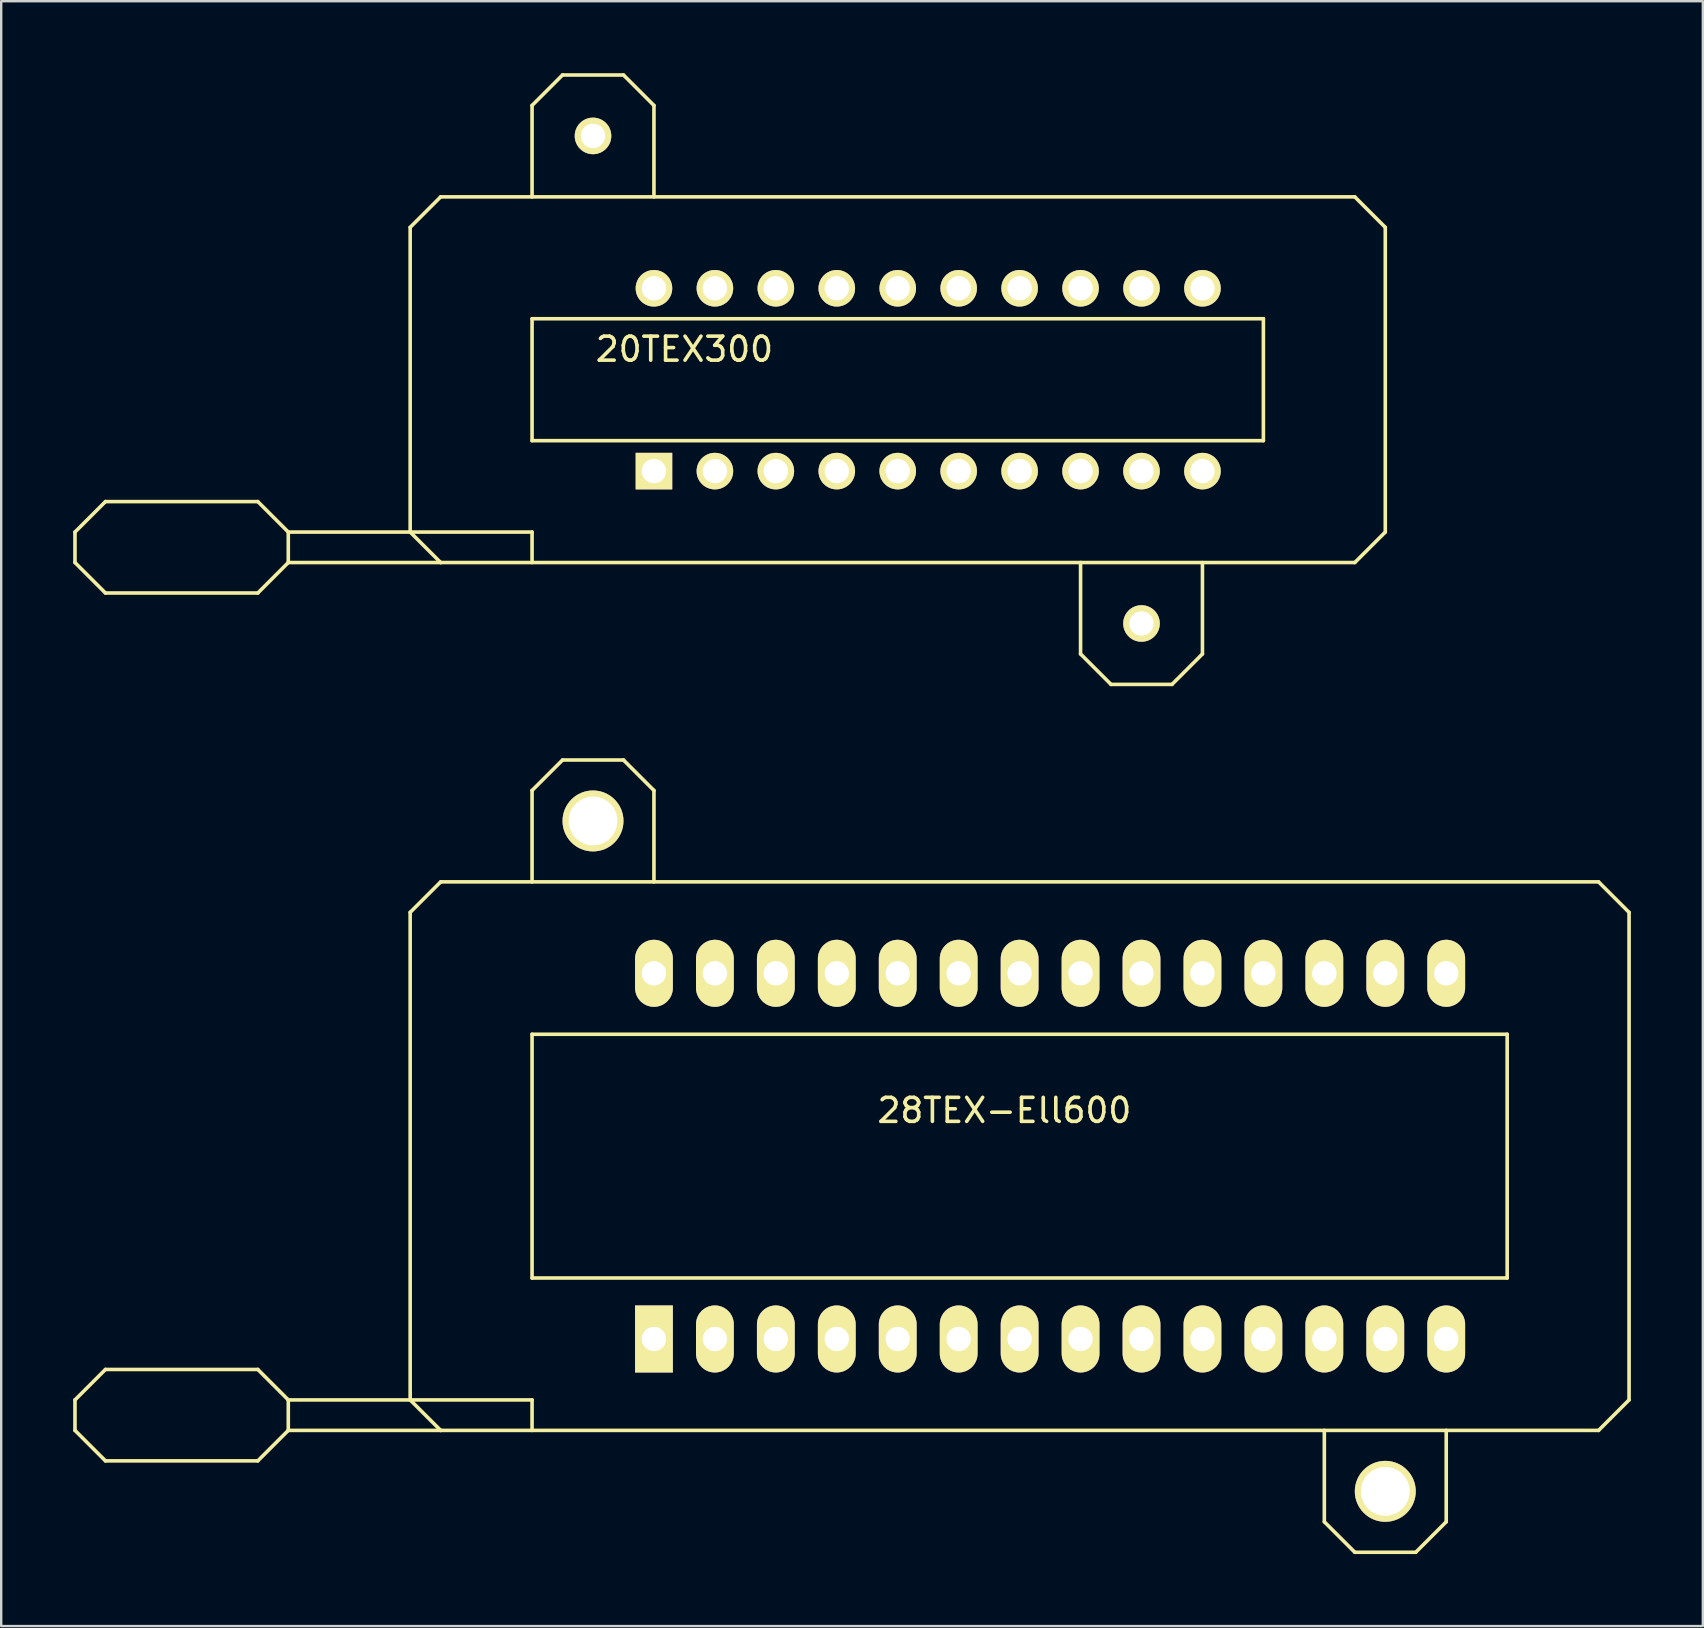
<source format=kicad_pcb>
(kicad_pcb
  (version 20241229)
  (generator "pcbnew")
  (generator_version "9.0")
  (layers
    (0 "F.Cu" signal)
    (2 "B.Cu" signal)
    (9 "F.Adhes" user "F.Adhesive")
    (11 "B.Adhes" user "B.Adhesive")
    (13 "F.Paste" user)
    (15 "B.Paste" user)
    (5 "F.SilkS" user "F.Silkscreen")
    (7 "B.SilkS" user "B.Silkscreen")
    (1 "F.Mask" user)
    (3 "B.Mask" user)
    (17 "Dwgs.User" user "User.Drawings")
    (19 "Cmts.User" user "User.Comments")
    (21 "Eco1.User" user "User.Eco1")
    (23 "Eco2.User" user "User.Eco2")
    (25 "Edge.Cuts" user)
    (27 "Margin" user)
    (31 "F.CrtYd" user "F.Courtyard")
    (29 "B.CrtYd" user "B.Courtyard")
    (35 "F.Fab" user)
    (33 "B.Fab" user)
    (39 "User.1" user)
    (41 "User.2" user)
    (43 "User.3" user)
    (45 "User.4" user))
  (footprint "28TEX-Ell600"
    (layer "F.Cu")
    (at 40.715 45.135)
    (property "Reference" "28TEX-Ell600" (at -1.905 -1.905 0) (layer "F.SilkS") (effects (font (size 1 1) (thickness 0.15))))
    (attr through_hole)
    (fp_line (start -40.64 10.16) (end -40.64 11.43) (stroke (width 0.15) (type solid)) (layer "F.SilkS"))
    (fp_line (start -40.64 11.43) (end -39.37 12.7) (stroke (width 0.15) (type solid)) (layer "F.SilkS"))
    (fp_line (start -39.37 8.89) (end -40.64 10.16) (stroke (width 0.15) (type solid)) (layer "F.SilkS"))
    (fp_line (start -39.37 12.7) (end -33.02 12.7) (stroke (width 0.15) (type solid)) (layer "F.SilkS"))
    (fp_line (start -33.02 8.89) (end -39.37 8.89) (stroke (width 0.15) (type solid)) (layer "F.SilkS"))
    (fp_line (start -33.02 12.7) (end -31.75 11.43) (stroke (width 0.15) (type solid)) (layer "F.SilkS"))
    (fp_line (start -31.75 10.16) (end -33.02 8.89) (stroke (width 0.15) (type solid)) (layer "F.SilkS"))
    (fp_line (start -31.75 10.16) (end -21.59 10.16) (stroke (width 0.15) (type solid)) (layer "F.SilkS"))
    (fp_line (start -31.75 11.43) (end -31.75 10.16) (stroke (width 0.15) (type solid)) (layer "F.SilkS"))
    (fp_line (start -31.75 11.43) (end -25.4 11.43) (stroke (width 0.15) (type solid)) (layer "F.SilkS"))
    (fp_line (start -26.67 -10.16) (end -26.67 10.16) (stroke (width 0.15) (type solid)) (layer "F.SilkS"))
    (fp_line (start -26.67 10.16) (end -25.4 11.43) (stroke (width 0.15) (type solid)) (layer "F.SilkS"))
    (fp_line (start -25.4 -11.43) (end -26.67 -10.16) (stroke (width 0.15) (type solid)) (layer "F.SilkS"))
    (fp_line (start -25.4 11.43) (end 22.86 11.43) (stroke (width 0.15) (type solid)) (layer "F.SilkS"))
    (fp_line (start -21.59 -15.24) (end -21.59 -11.43) (stroke (width 0.15) (type solid)) (layer "F.SilkS"))
    (fp_line (start -21.59 -5.08) (end -21.59 5.08) (stroke (width 0.15) (type solid)) (layer "F.SilkS"))
    (fp_line (start -21.59 5.08) (end 19.05 5.08) (stroke (width 0.15) (type solid)) (layer "F.SilkS"))
    (fp_line (start -21.59 10.16) (end -21.59 11.43) (stroke (width 0.15) (type solid)) (layer "F.SilkS"))
    (fp_line (start -20.32 -16.51) (end -21.59 -15.24) (stroke (width 0.15) (type solid)) (layer "F.SilkS"))
    (fp_line (start -17.78 -16.51) (end -20.32 -16.51) (stroke (width 0.15) (type solid)) (layer "F.SilkS"))
    (fp_line (start -16.51 -15.24) (end -17.78 -16.51) (stroke (width 0.15) (type solid)) (layer "F.SilkS"))
    (fp_line (start -16.51 -11.43) (end -16.51 -15.24) (stroke (width 0.15) (type solid)) (layer "F.SilkS"))
    (fp_line (start 11.43 15.24) (end 11.43 11.43) (stroke (width 0.15) (type solid)) (layer "F.SilkS"))
    (fp_line (start 12.7 16.51) (end 11.43 15.24) (stroke (width 0.15) (type solid)) (layer "F.SilkS"))
    (fp_line (start 15.24 16.51) (end 12.7 16.51) (stroke (width 0.15) (type solid)) (layer "F.SilkS"))
    (fp_line (start 16.51 11.43) (end 16.51 15.24) (stroke (width 0.15) (type solid)) (layer "F.SilkS"))
    (fp_line (start 16.51 15.24) (end 15.24 16.51) (stroke (width 0.15) (type solid)) (layer "F.SilkS"))
    (fp_line (start 19.05 -5.08) (end -21.59 -5.08) (stroke (width 0.15) (type solid)) (layer "F.SilkS"))
    (fp_line (start 19.05 5.08) (end 19.05 -5.08) (stroke (width 0.15) (type solid)) (layer "F.SilkS"))
    (fp_line (start 22.86 -11.43) (end -25.4 -11.43) (stroke (width 0.15) (type solid)) (layer "F.SilkS"))
    (fp_line (start 22.86 11.43) (end 24.13 10.16) (stroke (width 0.15) (type solid)) (layer "F.SilkS"))
    (fp_line (start 24.13 -10.16) (end 22.86 -11.43) (stroke (width 0.15) (type solid)) (layer "F.SilkS"))
    (fp_line (start 24.13 10.16) (end 24.13 -10.16) (stroke (width 0.15) (type solid)) (layer "F.SilkS"))
    (pad "1" thru_hole rect (at -16.51 7.62) (size 1.575 2.794) (drill 1.016) (layers "*.Cu" "*.Mask" "F.SilkS"))
    (pad "2" thru_hole oval (at -13.97 7.62) (size 1.575 2.794) (drill 1.016) (layers "*.Cu" "*.Mask" "F.SilkS"))
    (pad "3" thru_hole oval (at -11.43 7.62) (size 1.575 2.794) (drill 1.016) (layers "*.Cu" "*.Mask" "F.SilkS"))
    (pad "4" thru_hole oval (at -8.89 7.62) (size 1.575 2.794) (drill 1.016) (layers "*.Cu" "*.Mask" "F.SilkS"))
    (pad "5" thru_hole oval (at -6.35 7.62) (size 1.575 2.794) (drill 1.016) (layers "*.Cu" "*.Mask" "F.SilkS"))
    (pad "6" thru_hole oval (at -3.81 7.62) (size 1.575 2.794) (drill 1.016) (layers "*.Cu" "*.Mask" "F.SilkS"))
    (pad "7" thru_hole oval (at -1.27 7.62) (size 1.575 2.794) (drill 1.016) (layers "*.Cu" "*.Mask" "F.SilkS"))
    (pad "8" thru_hole oval (at 1.27 7.62) (size 1.575 2.794) (drill 1.016) (layers "*.Cu" "*.Mask" "F.SilkS"))
    (pad "9" thru_hole oval (at 3.81 7.62) (size 1.575 2.794) (drill 1.016) (layers "*.Cu" "*.Mask" "F.SilkS"))
    (pad "10" thru_hole oval (at 6.35 7.62) (size 1.575 2.794) (drill 1.016) (layers "*.Cu" "*.Mask" "F.SilkS"))
    (pad "11" thru_hole oval (at 8.89 7.62) (size 1.575 2.794) (drill 1.016) (layers "*.Cu" "*.Mask" "F.SilkS"))
    (pad "12" thru_hole oval (at 11.43 7.62) (size 1.575 2.794) (drill 1.016) (layers "*.Cu" "*.Mask" "F.SilkS"))
    (pad "13" thru_hole oval (at 13.97 7.62) (size 1.575 2.794) (drill 1.016) (layers "*.Cu" "*.Mask" "F.SilkS"))
    (pad "14" thru_hole oval (at 16.51 7.62) (size 1.575 2.794) (drill 1.016) (layers "*.Cu" "*.Mask" "F.SilkS"))
    (pad "15" thru_hole oval (at 16.51 -7.62) (size 1.575 2.794) (drill 1.016) (layers "*.Cu" "*.Mask" "F.SilkS"))
    (pad "16" thru_hole oval (at 13.97 -7.62) (size 1.575 2.794) (drill 1.016) (layers "*.Cu" "*.Mask" "F.SilkS"))
    (pad "17" thru_hole oval (at 11.43 -7.62) (size 1.575 2.794) (drill 1.016) (layers "*.Cu" "*.Mask" "F.SilkS"))
    (pad "18" thru_hole oval (at 8.89 -7.62) (size 1.575 2.794) (drill 1.016) (layers "*.Cu" "*.Mask" "F.SilkS"))
    (pad "19" thru_hole oval (at 6.35 -7.62) (size 1.575 2.794) (drill 1.016) (layers "*.Cu" "*.Mask" "F.SilkS"))
    (pad "20" thru_hole oval (at 3.81 -7.62) (size 1.575 2.794) (drill 1.016) (layers "*.Cu" "*.Mask" "F.SilkS"))
    (pad "21" thru_hole oval (at 1.27 -7.62) (size 1.575 2.794) (drill 1.016) (layers "*.Cu" "*.Mask" "F.SilkS"))
    (pad "22" thru_hole oval (at -1.27 -7.62) (size 1.575 2.794) (drill 1.016) (layers "*.Cu" "*.Mask" "F.SilkS"))
    (pad "23" thru_hole oval (at -3.81 -7.62) (size 1.575 2.794) (drill 1.016) (layers "*.Cu" "*.Mask" "F.SilkS"))
    (pad "24" thru_hole oval (at -6.35 -7.62) (size 1.575 2.794) (drill 1.016) (layers "*.Cu" "*.Mask" "F.SilkS"))
    (pad "25" thru_hole oval (at -8.89 -7.62) (size 1.575 2.794) (drill 1.016) (layers "*.Cu" "*.Mask" "F.SilkS"))
    (pad "26" thru_hole oval (at -11.43 -7.62) (size 1.575 2.794) (drill 1.016) (layers "*.Cu" "*.Mask" "F.SilkS"))
    (pad "27" thru_hole oval (at -13.97 -7.62) (size 1.575 2.794) (drill 1.016) (layers "*.Cu" "*.Mask" "F.SilkS"))
    (pad "28" thru_hole oval (at -16.51 -7.62) (size 1.575 2.794) (drill 1.016) (layers "*.Cu" "*.Mask" "F.SilkS"))
    (pad "HOLE" thru_hole circle (at -19.05 -13.97) (size 2.54 2.54) (drill 2.032) (layers "*.Cu" "*.Mask" "F.SilkS"))
    (pad "HOLE" thru_hole circle (at 13.97 13.97) (size 2.54 2.54) (drill 2.032) (layers "*.Cu" "*.Mask" "F.SilkS")))
  (footprint "20TEX300"
    (layer "F.Cu")
    (at 35.635 12.775)
    (property "Reference" "20TEX300" (at -10.16 -1.27 180) (layer "F.SilkS") (effects (font (size 1 1) (thickness 0.15))))
    (attr through_hole)
    (fp_line (start -35.56 6.35) (end -35.56 7.62) (stroke (width 0.15) (type solid)) (layer "F.SilkS"))
    (fp_line (start -35.56 7.62) (end -34.29 8.89) (stroke (width 0.15) (type solid)) (layer "F.SilkS"))
    (fp_line (start -34.29 5.08) (end -35.56 6.35) (stroke (width 0.15) (type solid)) (layer "F.SilkS"))
    (fp_line (start -34.29 8.89) (end -27.94 8.89) (stroke (width 0.15) (type solid)) (layer "F.SilkS"))
    (fp_line (start -27.94 5.08) (end -34.29 5.08) (stroke (width 0.15) (type solid)) (layer "F.SilkS"))
    (fp_line (start -27.94 8.89) (end -26.67 7.62) (stroke (width 0.15) (type solid)) (layer "F.SilkS"))
    (fp_line (start -26.67 6.35) (end -27.94 5.08) (stroke (width 0.15) (type solid)) (layer "F.SilkS"))
    (fp_line (start -26.67 6.35) (end -16.51 6.35) (stroke (width 0.15) (type solid)) (layer "F.SilkS"))
    (fp_line (start -26.67 7.62) (end -26.67 6.35) (stroke (width 0.15) (type solid)) (layer "F.SilkS"))
    (fp_line (start -26.67 7.62) (end -20.32 7.62) (stroke (width 0.15) (type solid)) (layer "F.SilkS"))
    (fp_line (start -21.59 -6.35) (end -20.32 -7.62) (stroke (width 0.15) (type solid)) (layer "F.SilkS"))
    (fp_line (start -21.59 6.35) (end -21.59 -6.35) (stroke (width 0.15) (type solid)) (layer "F.SilkS"))
    (fp_line (start -20.32 -7.62) (end 17.78 -7.62) (stroke (width 0.15) (type solid)) (layer "F.SilkS"))
    (fp_line (start -20.32 7.62) (end -21.59 6.35) (stroke (width 0.15) (type solid)) (layer "F.SilkS"))
    (fp_line (start -16.51 -11.43) (end -16.51 -7.62) (stroke (width 0.15) (type solid)) (layer "F.SilkS"))
    (fp_line (start -16.51 -2.54) (end -16.51 2.54) (stroke (width 0.15) (type solid)) (layer "F.SilkS"))
    (fp_line (start -16.51 2.54) (end 13.97 2.54) (stroke (width 0.15) (type solid)) (layer "F.SilkS"))
    (fp_line (start -16.51 6.35) (end -16.51 7.62) (stroke (width 0.15) (type solid)) (layer "F.SilkS"))
    (fp_line (start -15.24 -12.7) (end -16.51 -11.43) (stroke (width 0.15) (type solid)) (layer "F.SilkS"))
    (fp_line (start -12.7 -12.7) (end -15.24 -12.7) (stroke (width 0.15) (type solid)) (layer "F.SilkS"))
    (fp_line (start -11.43 -11.43) (end -12.7 -12.7) (stroke (width 0.15) (type solid)) (layer "F.SilkS"))
    (fp_line (start -11.43 -7.62) (end -11.43 -11.43) (stroke (width 0.15) (type solid)) (layer "F.SilkS"))
    (fp_line (start 6.35 11.43) (end 6.35 7.62) (stroke (width 0.15) (type solid)) (layer "F.SilkS"))
    (fp_line (start 7.62 12.7) (end 6.35 11.43) (stroke (width 0.15) (type solid)) (layer "F.SilkS"))
    (fp_line (start 10.16 12.7) (end 7.62 12.7) (stroke (width 0.15) (type solid)) (layer "F.SilkS"))
    (fp_line (start 11.43 11.43) (end 10.16 12.7) (stroke (width 0.15) (type solid)) (layer "F.SilkS"))
    (fp_line (start 11.43 11.43) (end 11.43 7.62) (stroke (width 0.15) (type solid)) (layer "F.SilkS"))
    (fp_line (start 13.97 -2.54) (end -16.51 -2.54) (stroke (width 0.15) (type solid)) (layer "F.SilkS"))
    (fp_line (start 13.97 2.54) (end 13.97 -2.54) (stroke (width 0.15) (type solid)) (layer "F.SilkS"))
    (fp_line (start 17.78 -7.62) (end 19.05 -6.35) (stroke (width 0.15) (type solid)) (layer "F.SilkS"))
    (fp_line (start 17.78 7.62) (end -20.32 7.62) (stroke (width 0.15) (type solid)) (layer "F.SilkS"))
    (fp_line (start 19.05 -6.35) (end 19.05 6.35) (stroke (width 0.15) (type solid)) (layer "F.SilkS"))
    (fp_line (start 19.05 6.35) (end 17.78 7.62) (stroke (width 0.15) (type solid)) (layer "F.SilkS"))
    (pad "1" thru_hole rect (at -11.43 3.81) (size 1.524 1.524) (drill 1.016) (layers "*.Cu" "*.Mask" "F.SilkS"))
    (pad "2" thru_hole circle (at -8.89 3.81) (size 1.524 1.524) (drill 1.016) (layers "*.Cu" "*.Mask" "F.SilkS"))
    (pad "3" thru_hole circle (at -6.35 3.81) (size 1.524 1.524) (drill 1.016) (layers "*.Cu" "*.Mask" "F.SilkS"))
    (pad "4" thru_hole circle (at -3.81 3.81) (size 1.524 1.524) (drill 1.016) (layers "*.Cu" "*.Mask" "F.SilkS"))
    (pad "5" thru_hole circle (at -1.27 3.81) (size 1.524 1.524) (drill 1.016) (layers "*.Cu" "*.Mask" "F.SilkS"))
    (pad "6" thru_hole circle (at 1.27 3.81) (size 1.524 1.524) (drill 1.016) (layers "*.Cu" "*.Mask" "F.SilkS"))
    (pad "7" thru_hole circle (at 3.81 3.81) (size 1.524 1.524) (drill 1.016) (layers "*.Cu" "*.Mask" "F.SilkS"))
    (pad "8" thru_hole circle (at 6.35 3.81) (size 1.524 1.524) (drill 1.016) (layers "*.Cu" "*.Mask" "F.SilkS"))
    (pad "9" thru_hole circle (at 8.89 3.81) (size 1.524 1.524) (drill 1.016) (layers "*.Cu" "*.Mask" "F.SilkS"))
    (pad "10" thru_hole circle (at 11.43 3.81) (size 1.524 1.524) (drill 1.016) (layers "*.Cu" "*.Mask" "F.SilkS"))
    (pad "11" thru_hole circle (at 11.43 -3.81) (size 1.524 1.524) (drill 1.016) (layers "*.Cu" "*.Mask" "F.SilkS"))
    (pad "12" thru_hole circle (at 8.89 -3.81) (size 1.524 1.524) (drill 1.016) (layers "*.Cu" "*.Mask" "F.SilkS"))
    (pad "13" thru_hole circle (at 6.35 -3.81) (size 1.524 1.524) (drill 1.016) (layers "*.Cu" "*.Mask" "F.SilkS"))
    (pad "14" thru_hole circle (at 3.81 -3.81) (size 1.524 1.524) (drill 1.016) (layers "*.Cu" "*.Mask" "F.SilkS"))
    (pad "15" thru_hole circle (at 1.27 -3.81) (size 1.524 1.524) (drill 1.016) (layers "*.Cu" "*.Mask" "F.SilkS"))
    (pad "16" thru_hole circle (at -1.27 -3.81) (size 1.524 1.524) (drill 1.016) (layers "*.Cu" "*.Mask" "F.SilkS"))
    (pad "17" thru_hole circle (at -3.81 -3.81) (size 1.524 1.524) (drill 1.016) (layers "*.Cu" "*.Mask" "F.SilkS"))
    (pad "18" thru_hole circle (at -6.35 -3.81) (size 1.524 1.524) (drill 1.016) (layers "*.Cu" "*.Mask" "F.SilkS"))
    (pad "19" thru_hole circle (at -8.89 -3.81) (size 1.524 1.524) (drill 1.016) (layers "*.Cu" "*.Mask" "F.SilkS"))
    (pad "20" thru_hole circle (at -11.43 -3.81) (size 1.524 1.524) (drill 1.016) (layers "*.Cu" "*.Mask" "F.SilkS"))
    (pad "HOLE" thru_hole circle (at -13.97 -10.16) (size 1.524 1.524) (drill 1.016) (layers "*.Cu" "*.Mask" "F.SilkS"))
    (pad "HOLE" thru_hole circle (at 8.89 10.16) (size 1.524 1.524) (drill 1.016) (layers "*.Cu" "*.Mask" "F.SilkS")))
  (gr_rect
    (start -3 -3)
    (end 67.92 64.72)
    (stroke (width 0.1) (type default))
    (fill no)
    (layer "Edge.Cuts")))
</source>
